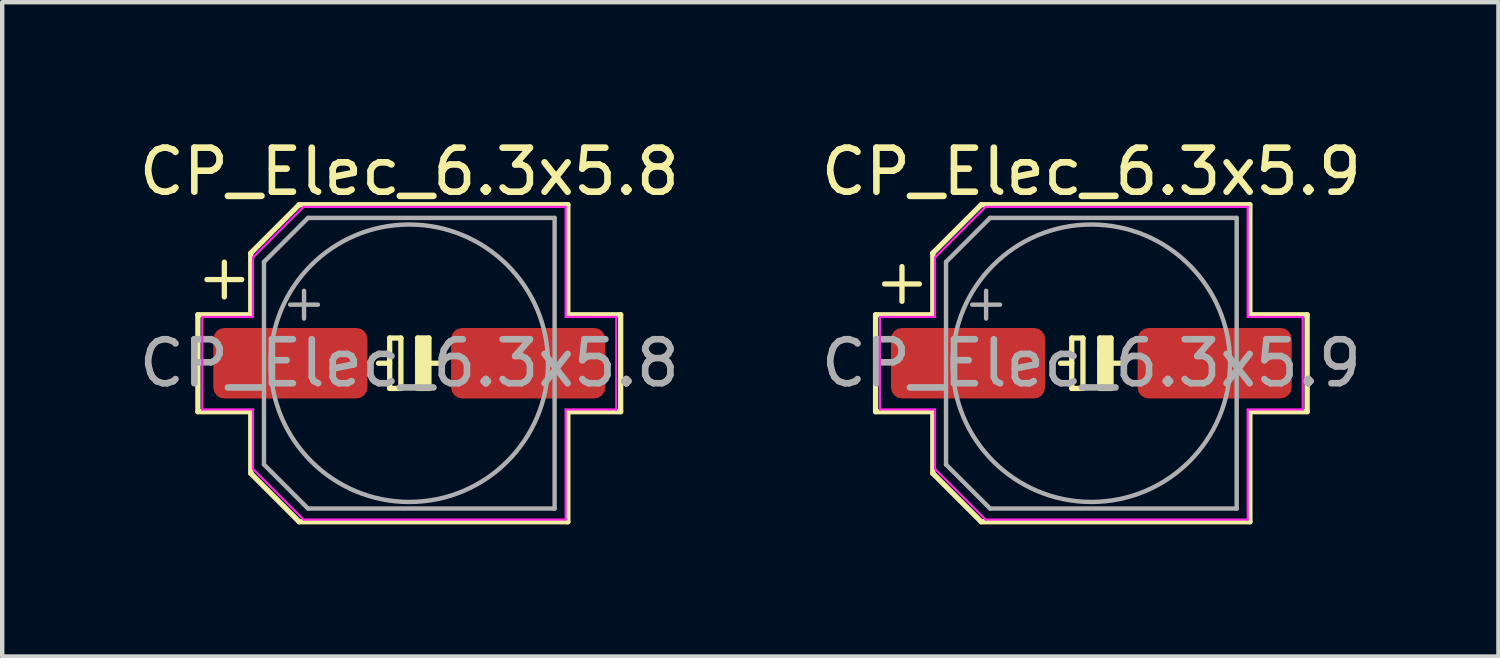
<source format=kicad_pcb>
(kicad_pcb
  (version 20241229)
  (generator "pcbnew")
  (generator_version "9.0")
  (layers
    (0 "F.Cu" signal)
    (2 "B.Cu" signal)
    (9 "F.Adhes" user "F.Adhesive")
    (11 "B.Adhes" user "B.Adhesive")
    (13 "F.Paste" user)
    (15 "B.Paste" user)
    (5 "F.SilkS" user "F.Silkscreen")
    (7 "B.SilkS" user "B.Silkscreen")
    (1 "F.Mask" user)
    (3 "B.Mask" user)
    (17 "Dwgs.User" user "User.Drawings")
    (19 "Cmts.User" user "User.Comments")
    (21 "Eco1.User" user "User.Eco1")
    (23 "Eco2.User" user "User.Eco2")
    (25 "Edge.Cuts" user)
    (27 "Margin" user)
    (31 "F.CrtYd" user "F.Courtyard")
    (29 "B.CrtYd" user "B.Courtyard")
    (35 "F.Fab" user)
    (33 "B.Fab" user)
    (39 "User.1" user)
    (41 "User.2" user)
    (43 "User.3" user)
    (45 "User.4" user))
  (footprint "CP_Elec_6.3x5.8"
    (layer "F.Cu")
    (at 6.244 5.198)
    (property "Reference" "CP_Elec_6.3x5.8" (at 0 -4.35 0) (layer "F.SilkS") (effects (font (size 1 1) (thickness 0.15))))
    (attr smd)
    (fp_line (start -4.8 -1.1) (end -4.8 1.1) (stroke (width 0.12) (type solid)) (layer "F.SilkS"))
    (fp_line (start -4.8 1.1) (end -3.6 1.1) (stroke (width 0.12) (type solid)) (layer "F.SilkS"))
    (fp_line (start -4.594 -1.9) (end -3.806 -1.9) (stroke (width 0.12) (type solid)) (layer "F.SilkS"))
    (fp_line (start -4.2 -2.294) (end -4.2 -1.506) (stroke (width 0.12) (type solid)) (layer "F.SilkS"))
    (fp_line (start -3.6 -2.5) (end -3.6 -1.1) (stroke (width 0.12) (type solid)) (layer "F.SilkS"))
    (fp_line (start -3.6 -1.1) (end -4.8 -1.1) (stroke (width 0.12) (type solid)) (layer "F.SilkS"))
    (fp_line (start -3.6 1.1) (end -3.6 2.5) (stroke (width 0.12) (type solid)) (layer "F.SilkS"))
    (fp_line (start -3.6 2.5) (end -2.5 3.6) (stroke (width 0.12) (type solid)) (layer "F.SilkS"))
    (fp_line (start -2.5 -3.6) (end -3.6 -2.5) (stroke (width 0.12) (type solid)) (layer "F.SilkS"))
    (fp_line (start -2.5 3.6) (end 3.6 3.6) (stroke (width 0.12) (type solid)) (layer "F.SilkS"))
    (fp_line (start -0.445 -0.572) (end -0.191 -0.572) (stroke (width 0.12) (type solid)) (layer "F.SilkS"))
    (fp_line (start -0.445 0) (end -0.699 0) (stroke (width 0.12) (type solid)) (layer "F.SilkS"))
    (fp_line (start -0.445 0.572) (end -0.445 -0.572) (stroke (width 0.12) (type solid)) (layer "F.SilkS"))
    (fp_line (start -0.191 -0.572) (end -0.191 0.572) (stroke (width 0.12) (type solid)) (layer "F.SilkS"))
    (fp_line (start -0.191 0.572) (end -0.445 0.572) (stroke (width 0.12) (type solid)) (layer "F.SilkS"))
    (fp_line (start 0.191 -0.572) (end 0.191 -0.191) (stroke (width 0.12) (type solid)) (layer "F.SilkS"))
    (fp_line (start 0.191 -0.572) (end 0.445 -0.572) (stroke (width 0.12) (type solid)) (layer "F.SilkS"))
    (fp_line (start 0.191 -0.254) (end 0.191 0.572) (stroke (width 0.12) (type solid)) (layer "F.SilkS"))
    (fp_line (start 0.445 0) (end 0.699 0) (stroke (width 0.12) (type solid)) (layer "F.SilkS"))
    (fp_line (start 0.445 0.572) (end 0.191 0.572) (stroke (width 0.12) (type solid)) (layer "F.SilkS"))
    (fp_line (start 0.445 0.572) (end 0.445 -0.572) (stroke (width 0.12) (type solid)) (layer "F.SilkS"))
    (fp_line (start 3.6 -3.6) (end -2.5 -3.6) (stroke (width 0.12) (type solid)) (layer "F.SilkS"))
    (fp_line (start 3.6 -1.1) (end 3.6 -3.6) (stroke (width 0.12) (type solid)) (layer "F.SilkS"))
    (fp_line (start 3.6 1.1) (end 4.8 1.1) (stroke (width 0.12) (type solid)) (layer "F.SilkS"))
    (fp_line (start 3.6 3.6) (end 3.6 1.1) (stroke (width 0.12) (type solid)) (layer "F.SilkS"))
    (fp_line (start 4.8 -1.1) (end 3.6 -1.1) (stroke (width 0.12) (type solid)) (layer "F.SilkS"))
    (fp_line (start 4.8 1.1) (end 4.8 -1.1) (stroke (width 0.12) (type solid)) (layer "F.SilkS"))
    (fp_poly (pts (xy 0.445 0.572) (xy 0.191 0.572) (xy 0.191 -0.572) (xy 0.445 -0.572)) (stroke (width 0.1) (type solid)) (fill yes) (layer "F.SilkS"))
    (fp_line (start -4.7 -1.05) (end -4.7 1.05) (stroke (width 0.05) (type solid)) (layer "F.CrtYd"))
    (fp_line (start -4.7 1.05) (end -3.55 1.05) (stroke (width 0.05) (type solid)) (layer "F.CrtYd"))
    (fp_line (start -3.55 -2.4) (end -3.55 -1.05) (stroke (width 0.05) (type solid)) (layer "F.CrtYd"))
    (fp_line (start -3.55 -2.4) (end -2.4 -3.55) (stroke (width 0.05) (type solid)) (layer "F.CrtYd"))
    (fp_line (start -3.55 -1.05) (end -4.7 -1.05) (stroke (width 0.05) (type solid)) (layer "F.CrtYd"))
    (fp_line (start -3.55 1.05) (end -3.55 2.4) (stroke (width 0.05) (type solid)) (layer "F.CrtYd"))
    (fp_line (start -3.55 2.4) (end -2.4 3.55) (stroke (width 0.05) (type solid)) (layer "F.CrtYd"))
    (fp_line (start -2.4 -3.55) (end 3.55 -3.55) (stroke (width 0.05) (type solid)) (layer "F.CrtYd"))
    (fp_line (start -2.4 3.55) (end 3.55 3.55) (stroke (width 0.05) (type solid)) (layer "F.CrtYd"))
    (fp_line (start 3.55 -3.55) (end 3.55 -1.05) (stroke (width 0.05) (type solid)) (layer "F.CrtYd"))
    (fp_line (start 3.55 -1.05) (end 4.7 -1.05) (stroke (width 0.05) (type solid)) (layer "F.CrtYd"))
    (fp_line (start 3.55 1.05) (end 3.55 3.55) (stroke (width 0.05) (type solid)) (layer "F.CrtYd"))
    (fp_line (start 4.7 -1.05) (end 4.7 1.05) (stroke (width 0.05) (type solid)) (layer "F.CrtYd"))
    (fp_line (start 4.7 1.05) (end 3.55 1.05) (stroke (width 0.05) (type solid)) (layer "F.CrtYd"))
    (fp_line (start -3.3 -2.3) (end -3.3 2.3) (stroke (width 0.1) (type solid)) (layer "F.Fab"))
    (fp_line (start -3.3 -2.3) (end -2.3 -3.3) (stroke (width 0.1) (type solid)) (layer "F.Fab"))
    (fp_line (start -3.3 2.3) (end -2.3 3.3) (stroke (width 0.1) (type solid)) (layer "F.Fab"))
    (fp_line (start -2.705 -1.33) (end -2.075 -1.33) (stroke (width 0.1) (type solid)) (layer "F.Fab"))
    (fp_line (start -2.39 -1.645) (end -2.39 -1.015) (stroke (width 0.1) (type solid)) (layer "F.Fab"))
    (fp_line (start -2.3 -3.3) (end 3.3 -3.3) (stroke (width 0.1) (type solid)) (layer "F.Fab"))
    (fp_line (start -2.3 3.3) (end 3.3 3.3) (stroke (width 0.1) (type solid)) (layer "F.Fab"))
    (fp_line (start 3.3 -3.3) (end 3.3 3.3) (stroke (width 0.1) (type solid)) (layer "F.Fab"))
    (fp_circle (center 0 0) (end 3.15 0) (stroke (width 0.1) (type solid)) (fill no) (layer "F.Fab"))
    (fp_text user "${REFERENCE}" (at 0 0 0) (layer "F.Fab") (effects (font (size 1 1) (thickness 0.15))))
    (pad "1" smd roundrect (at -2.7 0) (size 3.5 1.6) (layers "F.Cu" "F.Mask" "F.Paste") (roundrect_rratio 0.156))
    (pad "2" smd roundrect (at 2.7 0) (size 3.5 1.6) (layers "F.Cu" "F.Mask" "F.Paste") (roundrect_rratio 0.156)))
  (footprint "CP_Elec_6.3x5.9"
    (layer "F.Cu")
    (at 21.732 5.198)
    (property "Reference" "CP_Elec_6.3x5.9" (at 0 -4.35 0) (layer "F.SilkS") (effects (font (size 1 1) (thickness 0.15))))
    (attr smd)
    (fp_line (start -4.9 -1.1) (end -4.9 1.1) (stroke (width 0.12) (type solid)) (layer "F.SilkS"))
    (fp_line (start -4.9 1.1) (end -3.6 1.1) (stroke (width 0.12) (type solid)) (layer "F.SilkS"))
    (fp_line (start -4.694 -1.8) (end -3.906 -1.8) (stroke (width 0.12) (type solid)) (layer "F.SilkS"))
    (fp_line (start -4.3 -2.194) (end -4.3 -1.406) (stroke (width 0.12) (type solid)) (layer "F.SilkS"))
    (fp_line (start -3.6 -2.5) (end -3.6 -1.1) (stroke (width 0.12) (type solid)) (layer "F.SilkS"))
    (fp_line (start -3.6 -1.1) (end -4.9 -1.1) (stroke (width 0.12) (type solid)) (layer "F.SilkS"))
    (fp_line (start -3.6 1.1) (end -3.6 2.5) (stroke (width 0.12) (type solid)) (layer "F.SilkS"))
    (fp_line (start -3.6 2.5) (end -2.5 3.6) (stroke (width 0.12) (type solid)) (layer "F.SilkS"))
    (fp_line (start -2.5 -3.6) (end -3.6 -2.5) (stroke (width 0.12) (type solid)) (layer "F.SilkS"))
    (fp_line (start -2.5 3.6) (end 3.6 3.6) (stroke (width 0.12) (type solid)) (layer "F.SilkS"))
    (fp_line (start -0.445 -0.572) (end -0.191 -0.572) (stroke (width 0.12) (type solid)) (layer "F.SilkS"))
    (fp_line (start -0.445 0) (end -0.699 0) (stroke (width 0.12) (type solid)) (layer "F.SilkS"))
    (fp_line (start -0.445 0.572) (end -0.445 -0.572) (stroke (width 0.12) (type solid)) (layer "F.SilkS"))
    (fp_line (start -0.191 -0.572) (end -0.191 0.572) (stroke (width 0.12) (type solid)) (layer "F.SilkS"))
    (fp_line (start -0.191 0.572) (end -0.445 0.572) (stroke (width 0.12) (type solid)) (layer "F.SilkS"))
    (fp_line (start 0.191 -0.572) (end 0.191 -0.191) (stroke (width 0.12) (type solid)) (layer "F.SilkS"))
    (fp_line (start 0.191 -0.572) (end 0.445 -0.572) (stroke (width 0.12) (type solid)) (layer "F.SilkS"))
    (fp_line (start 0.191 -0.254) (end 0.191 0.572) (stroke (width 0.12) (type solid)) (layer "F.SilkS"))
    (fp_line (start 0.445 0) (end 0.699 0) (stroke (width 0.12) (type solid)) (layer "F.SilkS"))
    (fp_line (start 0.445 0.572) (end 0.191 0.572) (stroke (width 0.12) (type solid)) (layer "F.SilkS"))
    (fp_line (start 0.445 0.572) (end 0.445 -0.572) (stroke (width 0.12) (type solid)) (layer "F.SilkS"))
    (fp_line (start 3.6 -3.6) (end -2.5 -3.6) (stroke (width 0.12) (type solid)) (layer "F.SilkS"))
    (fp_line (start 3.6 -1.1) (end 3.6 -3.6) (stroke (width 0.12) (type solid)) (layer "F.SilkS"))
    (fp_line (start 3.6 1.1) (end 4.9 1.1) (stroke (width 0.12) (type solid)) (layer "F.SilkS"))
    (fp_line (start 3.6 3.6) (end 3.6 1.1) (stroke (width 0.12) (type solid)) (layer "F.SilkS"))
    (fp_line (start 4.9 -1.1) (end 3.6 -1.1) (stroke (width 0.12) (type solid)) (layer "F.SilkS"))
    (fp_line (start 4.9 1.1) (end 4.9 -1.1) (stroke (width 0.12) (type solid)) (layer "F.SilkS"))
    (fp_poly (pts (xy 0.445 0.572) (xy 0.191 0.572) (xy 0.191 -0.572) (xy 0.445 -0.572)) (stroke (width 0.1) (type solid)) (fill yes) (layer "F.SilkS"))
    (fp_line (start -4.8 -1.05) (end -4.8 1.05) (stroke (width 0.05) (type solid)) (layer "F.CrtYd"))
    (fp_line (start -4.8 1.05) (end -3.55 1.05) (stroke (width 0.05) (type solid)) (layer "F.CrtYd"))
    (fp_line (start -3.55 -2.4) (end -3.55 -1.05) (stroke (width 0.05) (type solid)) (layer "F.CrtYd"))
    (fp_line (start -3.55 -2.4) (end -2.4 -3.55) (stroke (width 0.05) (type solid)) (layer "F.CrtYd"))
    (fp_line (start -3.55 -1.05) (end -4.8 -1.05) (stroke (width 0.05) (type solid)) (layer "F.CrtYd"))
    (fp_line (start -3.55 1.05) (end -3.55 2.4) (stroke (width 0.05) (type solid)) (layer "F.CrtYd"))
    (fp_line (start -3.55 2.4) (end -2.4 3.55) (stroke (width 0.05) (type solid)) (layer "F.CrtYd"))
    (fp_line (start -2.4 -3.55) (end 3.55 -3.55) (stroke (width 0.05) (type solid)) (layer "F.CrtYd"))
    (fp_line (start -2.4 3.55) (end 3.55 3.55) (stroke (width 0.05) (type solid)) (layer "F.CrtYd"))
    (fp_line (start 3.55 -3.55) (end 3.55 -1.05) (stroke (width 0.05) (type solid)) (layer "F.CrtYd"))
    (fp_line (start 3.55 -1.05) (end 4.8 -1.05) (stroke (width 0.05) (type solid)) (layer "F.CrtYd"))
    (fp_line (start 3.55 1.05) (end 3.55 3.55) (stroke (width 0.05) (type solid)) (layer "F.CrtYd"))
    (fp_line (start 4.8 -1.05) (end 4.8 1.05) (stroke (width 0.05) (type solid)) (layer "F.CrtYd"))
    (fp_line (start 4.8 1.05) (end 3.55 1.05) (stroke (width 0.05) (type solid)) (layer "F.CrtYd"))
    (fp_line (start -3.3 -2.3) (end -3.3 2.3) (stroke (width 0.1) (type solid)) (layer "F.Fab"))
    (fp_line (start -3.3 -2.3) (end -2.3 -3.3) (stroke (width 0.1) (type solid)) (layer "F.Fab"))
    (fp_line (start -3.3 2.3) (end -2.3 3.3) (stroke (width 0.1) (type solid)) (layer "F.Fab"))
    (fp_line (start -2.705 -1.33) (end -2.075 -1.33) (stroke (width 0.1) (type solid)) (layer "F.Fab"))
    (fp_line (start -2.39 -1.645) (end -2.39 -1.015) (stroke (width 0.1) (type solid)) (layer "F.Fab"))
    (fp_line (start -2.3 -3.3) (end 3.3 -3.3) (stroke (width 0.1) (type solid)) (layer "F.Fab"))
    (fp_line (start -2.3 3.3) (end 3.3 3.3) (stroke (width 0.1) (type solid)) (layer "F.Fab"))
    (fp_line (start 3.3 -3.3) (end 3.3 3.3) (stroke (width 0.1) (type solid)) (layer "F.Fab"))
    (fp_circle (center 0 0) (end 3.15 0) (stroke (width 0.1) (type solid)) (fill no) (layer "F.Fab"))
    (fp_text user "${REFERENCE}" (at 0 0 0) (layer "F.Fab") (effects (font (size 1 1) (thickness 0.15))))
    (pad "1" smd roundrect (at -2.8 0) (size 3.5 1.6) (layers "F.Cu" "F.Mask" "F.Paste") (roundrect_rratio 0.156))
    (pad "2" smd roundrect (at 2.8 0) (size 3.5 1.6) (layers "F.Cu" "F.Mask" "F.Paste") (roundrect_rratio 0.156)))
  (gr_rect
    (start -3 -3)
    (end 30.976 11.858)
    (stroke (width 0.1) (type default))
    (fill no)
    (layer "Edge.Cuts")))
</source>
